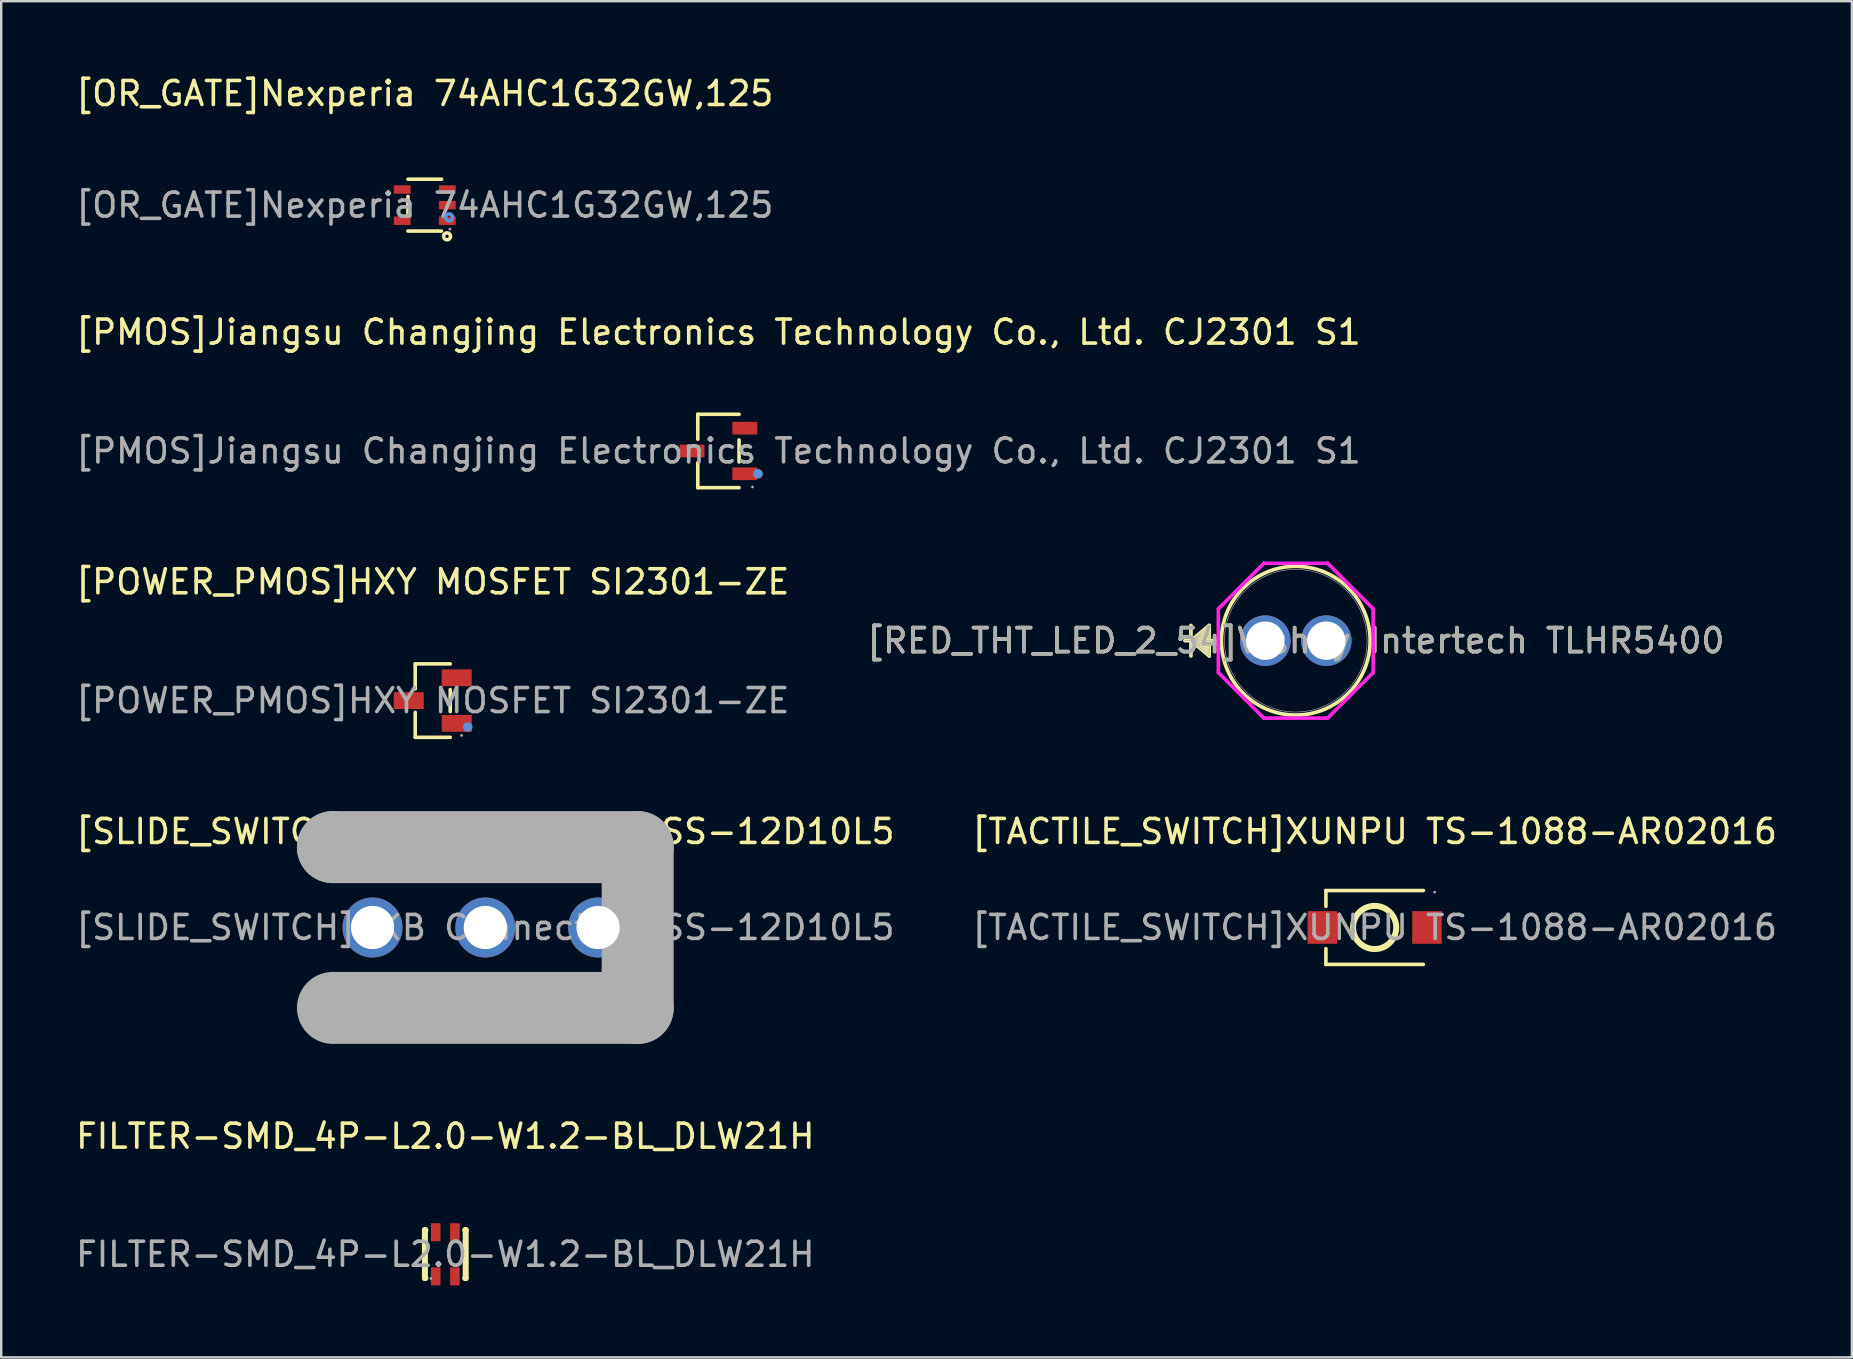
<source format=kicad_pcb>
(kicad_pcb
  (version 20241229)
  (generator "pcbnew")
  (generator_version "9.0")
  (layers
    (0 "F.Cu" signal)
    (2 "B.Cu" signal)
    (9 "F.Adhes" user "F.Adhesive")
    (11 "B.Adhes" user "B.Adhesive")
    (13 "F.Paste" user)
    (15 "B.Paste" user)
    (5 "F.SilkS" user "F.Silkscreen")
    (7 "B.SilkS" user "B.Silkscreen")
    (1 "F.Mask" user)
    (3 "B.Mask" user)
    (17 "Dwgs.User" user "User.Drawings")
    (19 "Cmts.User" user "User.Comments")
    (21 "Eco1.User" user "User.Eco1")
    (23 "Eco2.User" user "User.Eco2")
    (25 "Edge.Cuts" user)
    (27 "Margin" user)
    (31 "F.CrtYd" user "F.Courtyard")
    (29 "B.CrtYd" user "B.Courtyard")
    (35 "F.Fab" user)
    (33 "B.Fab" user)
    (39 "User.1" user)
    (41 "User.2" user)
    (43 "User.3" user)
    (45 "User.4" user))
  (footprint "FILTER-SMD_4P-L2.0-W1.2-BL_DLW21H"
    (layer "F.Cu")
    (at 15.506 49.218)
    (property "Reference" "FILTER-SMD_4P-L2.0-W1.2-BL_DLW21H" (at 0 -4.92 0) (layer "F.SilkS") (effects (font (size 1 1) (thickness 0.15))))
    (attr smd)
    (fp_line (start -0.85 -1.01) (end -0.83 -1.01) (stroke (width 0.25) (type solid)) (layer "F.SilkS"))
    (fp_line (start -0.85 0.99) (end -0.85 -1.01) (stroke (width 0.25) (type solid)) (layer "F.SilkS"))
    (fp_line (start -0.85 0.99) (end -0.83 0.99) (stroke (width 0.25) (type solid)) (layer "F.SilkS"))
    (fp_line (start 0.83 -1.01) (end 0.85 -1.01) (stroke (width 0.25) (type solid)) (layer "F.SilkS"))
    (fp_line (start 0.83 0.99) (end 0.85 0.99) (stroke (width 0.25) (type solid)) (layer "F.SilkS"))
    (fp_line (start 0.85 0.99) (end 0.85 -1.01) (stroke (width 0.25) (type solid)) (layer "F.SilkS"))
    (fp_circle (center -0.6 1.01) (end -0.57 1.01) (stroke (width 0.06) (type solid)) (fill no) (layer "F.Fab"))
    (fp_text user "${REFERENCE}" (at 0 0 0) (layer "F.Fab") (effects (font (size 1 1) (thickness 0.15))))
    (pad "1" smd rect (at -0.4 0.92 90) (size 0.75 0.4) (layers "F.Cu" "F.Mask" "F.Paste"))
    (pad "2" smd rect (at -0.4 -0.92 90) (size 0.75 0.4) (layers "F.Cu" "F.Mask" "F.Paste"))
    (pad "3" smd rect (at 0.4 -0.92 90) (size 0.75 0.4) (layers "F.Cu" "F.Mask" "F.Paste"))
    (pad "4" smd rect (at 0.4 0.92 90) (size 0.75 0.4) (layers "F.Cu" "F.Mask" "F.Paste")))
  (footprint "[RED_THT_LED_2_54]Vishay Intertech TLHR5400"
    (layer "F.Cu")
    (at 49.676 23.648)
    (property "Reference" "[RED_THT_LED_2_54]Vishay Intertech TLHR5400" (at 1.27 0 0) (unlocked yes) (layer "F.SilkS") (effects (font (size 1 1) (thickness 0.15))))
    (attr through_hole)
    (fp_line (start -3.099 -0.635) (end -3.099 0.635) (stroke (width 0.152) (type solid)) (layer "F.SilkS"))
    (fp_line (start -3.099 0) (end -2.337 -0.635) (stroke (width 0.152) (type solid)) (layer "F.SilkS"))
    (fp_line (start -3.099 0) (end -2.337 -0.508) (stroke (width 0.152) (type solid)) (layer "F.SilkS"))
    (fp_line (start -3.099 0) (end -2.337 -0.381) (stroke (width 0.152) (type solid)) (layer "F.SilkS"))
    (fp_line (start -3.099 0) (end -2.337 -0.254) (stroke (width 0.152) (type solid)) (layer "F.SilkS"))
    (fp_line (start -3.099 0) (end -2.337 -0.127) (stroke (width 0.152) (type solid)) (layer "F.SilkS"))
    (fp_line (start -3.099 0) (end -2.337 0.127) (stroke (width 0.152) (type solid)) (layer "F.SilkS"))
    (fp_line (start -3.099 0) (end -2.337 0.254) (stroke (width 0.152) (type solid)) (layer "F.SilkS"))
    (fp_line (start -3.099 0) (end -2.337 0.381) (stroke (width 0.152) (type solid)) (layer "F.SilkS"))
    (fp_line (start -3.099 0) (end -2.337 0.508) (stroke (width 0.152) (type solid)) (layer "F.SilkS"))
    (fp_line (start -3.099 0) (end -2.337 0.635) (stroke (width 0.152) (type solid)) (layer "F.SilkS"))
    (fp_line (start -2.337 -0.635) (end -2.337 0.635) (stroke (width 0.152) (type solid)) (layer "F.SilkS"))
    (fp_line (start -2.083 0) (end -3.353 0) (stroke (width 0.152) (type solid)) (layer "F.SilkS"))
    (fp_circle (center 1.27 0) (end 4.369 0) (stroke (width 0.152) (type solid)) (fill no) (layer "F.SilkS"))
    (fp_line (start -1.956 -1.328) (end -0.058 -3.226) (stroke (width 0.152) (type solid)) (layer "F.CrtYd"))
    (fp_line (start -1.956 1.328) (end -1.956 -1.328) (stroke (width 0.152) (type solid)) (layer "F.CrtYd"))
    (fp_line (start -0.058 -3.226) (end 2.598 -3.226) (stroke (width 0.152) (type solid)) (layer "F.CrtYd"))
    (fp_line (start -0.058 3.226) (end -1.956 1.328) (stroke (width 0.152) (type solid)) (layer "F.CrtYd"))
    (fp_line (start 2.598 -3.226) (end 4.496 -1.328) (stroke (width 0.152) (type solid)) (layer "F.CrtYd"))
    (fp_line (start 2.598 3.226) (end -0.058 3.226) (stroke (width 0.152) (type solid)) (layer "F.CrtYd"))
    (fp_line (start 4.496 -1.328) (end 4.496 1.328) (stroke (width 0.152) (type solid)) (layer "F.CrtYd"))
    (fp_line (start 4.496 1.328) (end 2.598 3.226) (stroke (width 0.152) (type solid)) (layer "F.CrtYd"))
    (fp_line (start -3.099 -0.635) (end -3.099 0.635) (stroke (width 0.025) (type solid)) (layer "F.Fab"))
    (fp_line (start -3.099 0) (end -2.337 -0.635) (stroke (width 0.025) (type solid)) (layer "F.Fab"))
    (fp_line (start -3.099 0) (end -2.337 -0.508) (stroke (width 0.025) (type solid)) (layer "F.Fab"))
    (fp_line (start -3.099 0) (end -2.337 -0.381) (stroke (width 0.025) (type solid)) (layer "F.Fab"))
    (fp_line (start -3.099 0) (end -2.337 -0.254) (stroke (width 0.025) (type solid)) (layer "F.Fab"))
    (fp_line (start -3.099 0) (end -2.337 -0.127) (stroke (width 0.025) (type solid)) (layer "F.Fab"))
    (fp_line (start -3.099 0) (end -2.337 0.127) (stroke (width 0.025) (type solid)) (layer "F.Fab"))
    (fp_line (start -3.099 0) (end -2.337 0.254) (stroke (width 0.025) (type solid)) (layer "F.Fab"))
    (fp_line (start -3.099 0) (end -2.337 0.381) (stroke (width 0.025) (type solid)) (layer "F.Fab"))
    (fp_line (start -3.099 0) (end -2.337 0.508) (stroke (width 0.025) (type solid)) (layer "F.Fab"))
    (fp_line (start -3.099 0) (end -2.337 0.635) (stroke (width 0.025) (type solid)) (layer "F.Fab"))
    (fp_line (start -2.337 -0.635) (end -2.337 0.635) (stroke (width 0.025) (type solid)) (layer "F.Fab"))
    (fp_line (start -2.083 0) (end -3.353 0) (stroke (width 0.025) (type solid)) (layer "F.Fab"))
    (fp_circle (center 1.27 0) (end 4.242 0) (stroke (width 0.025) (type solid)) (fill no) (layer "F.Fab"))
    (fp_text user "${REFERENCE}" (at 1.27 0 0) (unlocked yes) (layer "F.Fab") (effects (font (size 1 1) (thickness 0.15))))
    (pad "1" thru_hole circle (at 0 0) (size 2.108 2.108) (drill 1.6) (layers "*.Cu" "*.Mask"))
    (pad "2" thru_hole circle (at 2.54 0) (size 2.108 2.108) (drill 1.6) (layers "*.Cu" "*.Mask")))
  (footprint "[POWER_PMOS]HXY MOSFET SI2301-ZE"
    (layer "F.Cu")
    (at 14.982 26.145)
    (property "Reference" "[POWER_PMOS]HXY MOSFET SI2301-ZE" (at 0 -4.95 0) (layer "F.SilkS") (effects (font (size 1 1) (thickness 0.15))))
    (attr smd)
    (fp_line (start -0.73 -1.53) (end -0.73 -0.49) (stroke (width 0.15) (type solid)) (layer "F.SilkS"))
    (fp_line (start -0.73 1.53) (end -0.73 0.49) (stroke (width 0.15) (type solid)) (layer "F.SilkS"))
    (fp_line (start 0.73 -1.53) (end -0.73 -1.53) (stroke (width 0.15) (type solid)) (layer "F.SilkS"))
    (fp_line (start 0.73 -0.46) (end 0.73 0.46) (stroke (width 0.15) (type solid)) (layer "F.SilkS"))
    (fp_line (start 0.73 1.53) (end -0.73 1.53) (stroke (width 0.15) (type solid)) (layer "F.SilkS"))
    (fp_circle (center 1.46 1.1) (end 1.56 1.1) (stroke (width 0.2) (type solid)) (fill no) (layer "Cmts.User"))
    (fp_circle (center 1.2 1.45) (end 1.23 1.45) (stroke (width 0.06) (type solid)) (fill no) (layer "F.Fab"))
    (fp_text user "${REFERENCE}" (at 0 0 0) (layer "F.Fab") (effects (font (size 1 1) (thickness 0.15))))
    (pad "1" smd rect (at 1 0.95) (size 1.25 0.7) (layers "F.Cu" "F.Mask" "F.Paste"))
    (pad "2" smd rect (at 1 -0.95) (size 1.25 0.7) (layers "F.Cu" "F.Mask" "F.Paste"))
    (pad "3" smd rect (at -1 0) (size 1.25 0.7) (layers "F.Cu" "F.Mask" "F.Paste")))
  (footprint "[TACTILE_SWITCH]XUNPU TS-1088-AR02016"
    (layer "F.Cu")
    (at 54.232 35.598)
    (property "Reference" "[TACTILE_SWITCH]XUNPU TS-1088-AR02016" (at 0 -4 0) (layer "F.SilkS") (effects (font (size 1 1) (thickness 0.15))))
    (attr smd)
    (fp_line (start -2.03 -1.54) (end -2.03 -0.88) (stroke (width 0.15) (type solid)) (layer "F.SilkS"))
    (fp_line (start -2.03 1.54) (end -2.03 0.88) (stroke (width 0.15) (type solid)) (layer "F.SilkS"))
    (fp_line (start 2.03 -1.54) (end -2.03 -1.54) (stroke (width 0.15) (type solid)) (layer "F.SilkS"))
    (fp_line (start 2.03 1.54) (end -2.03 1.54) (stroke (width 0.15) (type solid)) (layer "F.SilkS"))
    (fp_circle (center 0 0) (end 0.9 0) (stroke (width 0.25) (type solid)) (fill no) (layer "F.SilkS"))
    (fp_circle (center 2.5 -1.47) (end 2.53 -1.47) (stroke (width 0.06) (type solid)) (fill no) (layer "F.Fab"))
    (fp_text user "${REFERENCE}" (at 0 0 0) (layer "F.Fab") (effects (font (size 1 1) (thickness 0.15))))
    (pad "1" smd rect (at -2.18 0) (size 1.23 1.36) (layers "F.Cu" "F.Mask" "F.Paste"))
    (pad "2" smd rect (at 2.18 0) (size 1.23 1.36) (layers "F.Cu" "F.Mask" "F.Paste")))
  (footprint "[PMOS]Jiangsu Changjing Electronics Technology Co., Ltd. CJ2301 S1"
    (layer "F.Cu")
    (at 26.887 15.742)
    (property "Reference" "[PMOS]Jiangsu Changjing Electronics Technology Co., Ltd. CJ2301 S1" (at 0 -4.95 0) (layer "F.SilkS") (effects (font (size 1 1) (thickness 0.15))))
    (attr smd)
    (fp_line (start -0.86 -1.53) (end -0.86 -0.49) (stroke (width 0.15) (type solid)) (layer "F.SilkS"))
    (fp_line (start -0.86 1.53) (end -0.86 0.49) (stroke (width 0.15) (type solid)) (layer "F.SilkS"))
    (fp_line (start 0.86 -1.53) (end -0.86 -1.53) (stroke (width 0.15) (type solid)) (layer "F.SilkS"))
    (fp_line (start 0.86 -0.46) (end 0.86 0.46) (stroke (width 0.15) (type solid)) (layer "F.SilkS"))
    (fp_line (start 0.86 1.53) (end -0.86 1.53) (stroke (width 0.15) (type solid)) (layer "F.SilkS"))
    (fp_circle (center 1.65 0.95) (end 1.75 0.95) (stroke (width 0.2) (type solid)) (fill no) (layer "Cmts.User"))
    (fp_circle (center 1.42 1.5) (end 1.45 1.5) (stroke (width 0.06) (type solid)) (fill no) (layer "F.Fab"))
    (fp_text user "${REFERENCE}" (at 0 0 0) (layer "F.Fab") (effects (font (size 1 1) (thickness 0.15))))
    (pad "1" smd rect (at 1.1 0.95) (size 1.04 0.53) (layers "F.Cu" "F.Mask" "F.Paste"))
    (pad "2" smd rect (at 1.1 -0.95) (size 1.04 0.53) (layers "F.Cu" "F.Mask" "F.Paste"))
    (pad "3" smd rect (at -1.1 0) (size 1.04 0.53) (layers "F.Cu" "F.Mask" "F.Paste")))
  (footprint "[OR_GATE]Nexperia 74AHC1G32GW,125"
    (layer "F.Cu")
    (at 14.649 5.498)
    (property "Reference" "[OR_GATE]Nexperia 74AHC1G32GW,125" (at 0 -4.65 0) (layer "F.SilkS") (effects (font (size 1 1) (thickness 0.15))))
    (attr smd)
    (fp_line (start -0.7 0.36) (end -0.7 -0.36) (stroke (width 0.15) (type solid)) (layer "F.SilkS"))
    (fp_line (start 0.7 -1.08) (end -0.7 -1.08) (stroke (width 0.15) (type solid)) (layer "F.SilkS"))
    (fp_line (start 0.7 1.08) (end -0.7 1.08) (stroke (width 0.15) (type solid)) (layer "F.SilkS"))
    (fp_circle (center 0.93 1.3) (end 1 1.3) (stroke (width 0.15) (type solid)) (fill no) (layer "F.SilkS"))
    (fp_circle (center 1.02 0.51) (end 1.09 0.51) (stroke (width 0.15) (type solid)) (fill no) (layer "Cmts.User"))
    (fp_circle (center 1.05 1) (end 1.08 1) (stroke (width 0.06) (type solid)) (fill no) (layer "F.Fab"))
    (fp_text user "${REFERENCE}" (at 0 0 0) (layer "F.Fab") (effects (font (size 1 1) (thickness 0.15))))
    (pad "1" smd rect (at 0.94 0.65 90) (size 0.35 0.7) (layers "F.Cu" "F.Mask" "F.Paste"))
    (pad "2" smd rect (at 0.94 0 90) (size 0.35 0.7) (layers "F.Cu" "F.Mask" "F.Paste"))
    (pad "3" smd rect (at 0.94 -0.65 90) (size 0.35 0.7) (layers "F.Cu" "F.Mask" "F.Paste"))
    (pad "4" smd rect (at -0.94 -0.65 90) (size 0.35 0.7) (layers "F.Cu" "F.Mask" "F.Paste"))
    (pad "5" smd rect (at -0.94 0.65 90) (size 0.35 0.7) (layers "F.Cu" "F.Mask" "F.Paste")))
  (footprint "[SLIDE_SWITCH]XKB Connection SS-12D10L5"
    (layer "F.Cu")
    (at 17.173 35.6)
    (property "Reference" "[SLIDE_SWITCH]XKB Connection SS-12D10L5" (at 0 -4 0) (layer "F.SilkS") (effects (font (size 1 1) (thickness 0.15))))
    (attr through_hole)
    (fp_line (start -6.35 -3.35) (end -6.35 -3.35) (stroke (width 3) (type solid)) (layer "F.Fab"))
    (fp_line (start -6.35 -3.35) (end 6.35 -3.35) (stroke (width 3) (type solid)) (layer "F.Fab"))
    (fp_line (start 6.35 -3.35) (end 6.35 3.35) (stroke (width 3) (type solid)) (layer "F.Fab"))
    (fp_line (start 6.35 3.35) (end -6.35 3.35) (stroke (width 3) (type solid)) (layer "F.Fab"))
    (fp_circle (center -6.48 3.48) (end -6.45 3.48) (stroke (width 0.06) (type solid)) (fill no) (layer "F.Fab"))
    (fp_circle (center -4.7 0) (end -4.3 0) (stroke (width 0.8) (type solid)) (fill no) (layer "F.Fab"))
    (fp_circle (center 0 0) (end 0.4 0) (stroke (width 0.8) (type solid)) (fill no) (layer "F.Fab"))
    (fp_circle (center 4.7 0) (end 5.1 0) (stroke (width 0.8) (type solid)) (fill no) (layer "F.Fab"))
    (fp_text user "${REFERENCE}" (at 0 0 0) (layer "F.Fab") (effects (font (size 1 1) (thickness 0.15))))
    (pad "1" thru_hole circle (at -4.7 0) (size 2.5 2.5) (drill 1.8) (layers "*.Cu" "*.Mask"))
    (pad "2" thru_hole circle (at 0 0) (size 2.5 2.5) (drill 1.8) (layers "*.Cu" "*.Mask"))
    (pad "3" thru_hole circle (at 4.7 0) (size 2.5 2.5) (drill 1.8) (layers "*.Cu" "*.Mask")))
  (gr_rect
    (start -3 -3)
    (end 74.119 53.513)
    (stroke (width 0.1) (type default))
    (fill no)
    (layer "Edge.Cuts")))
</source>
